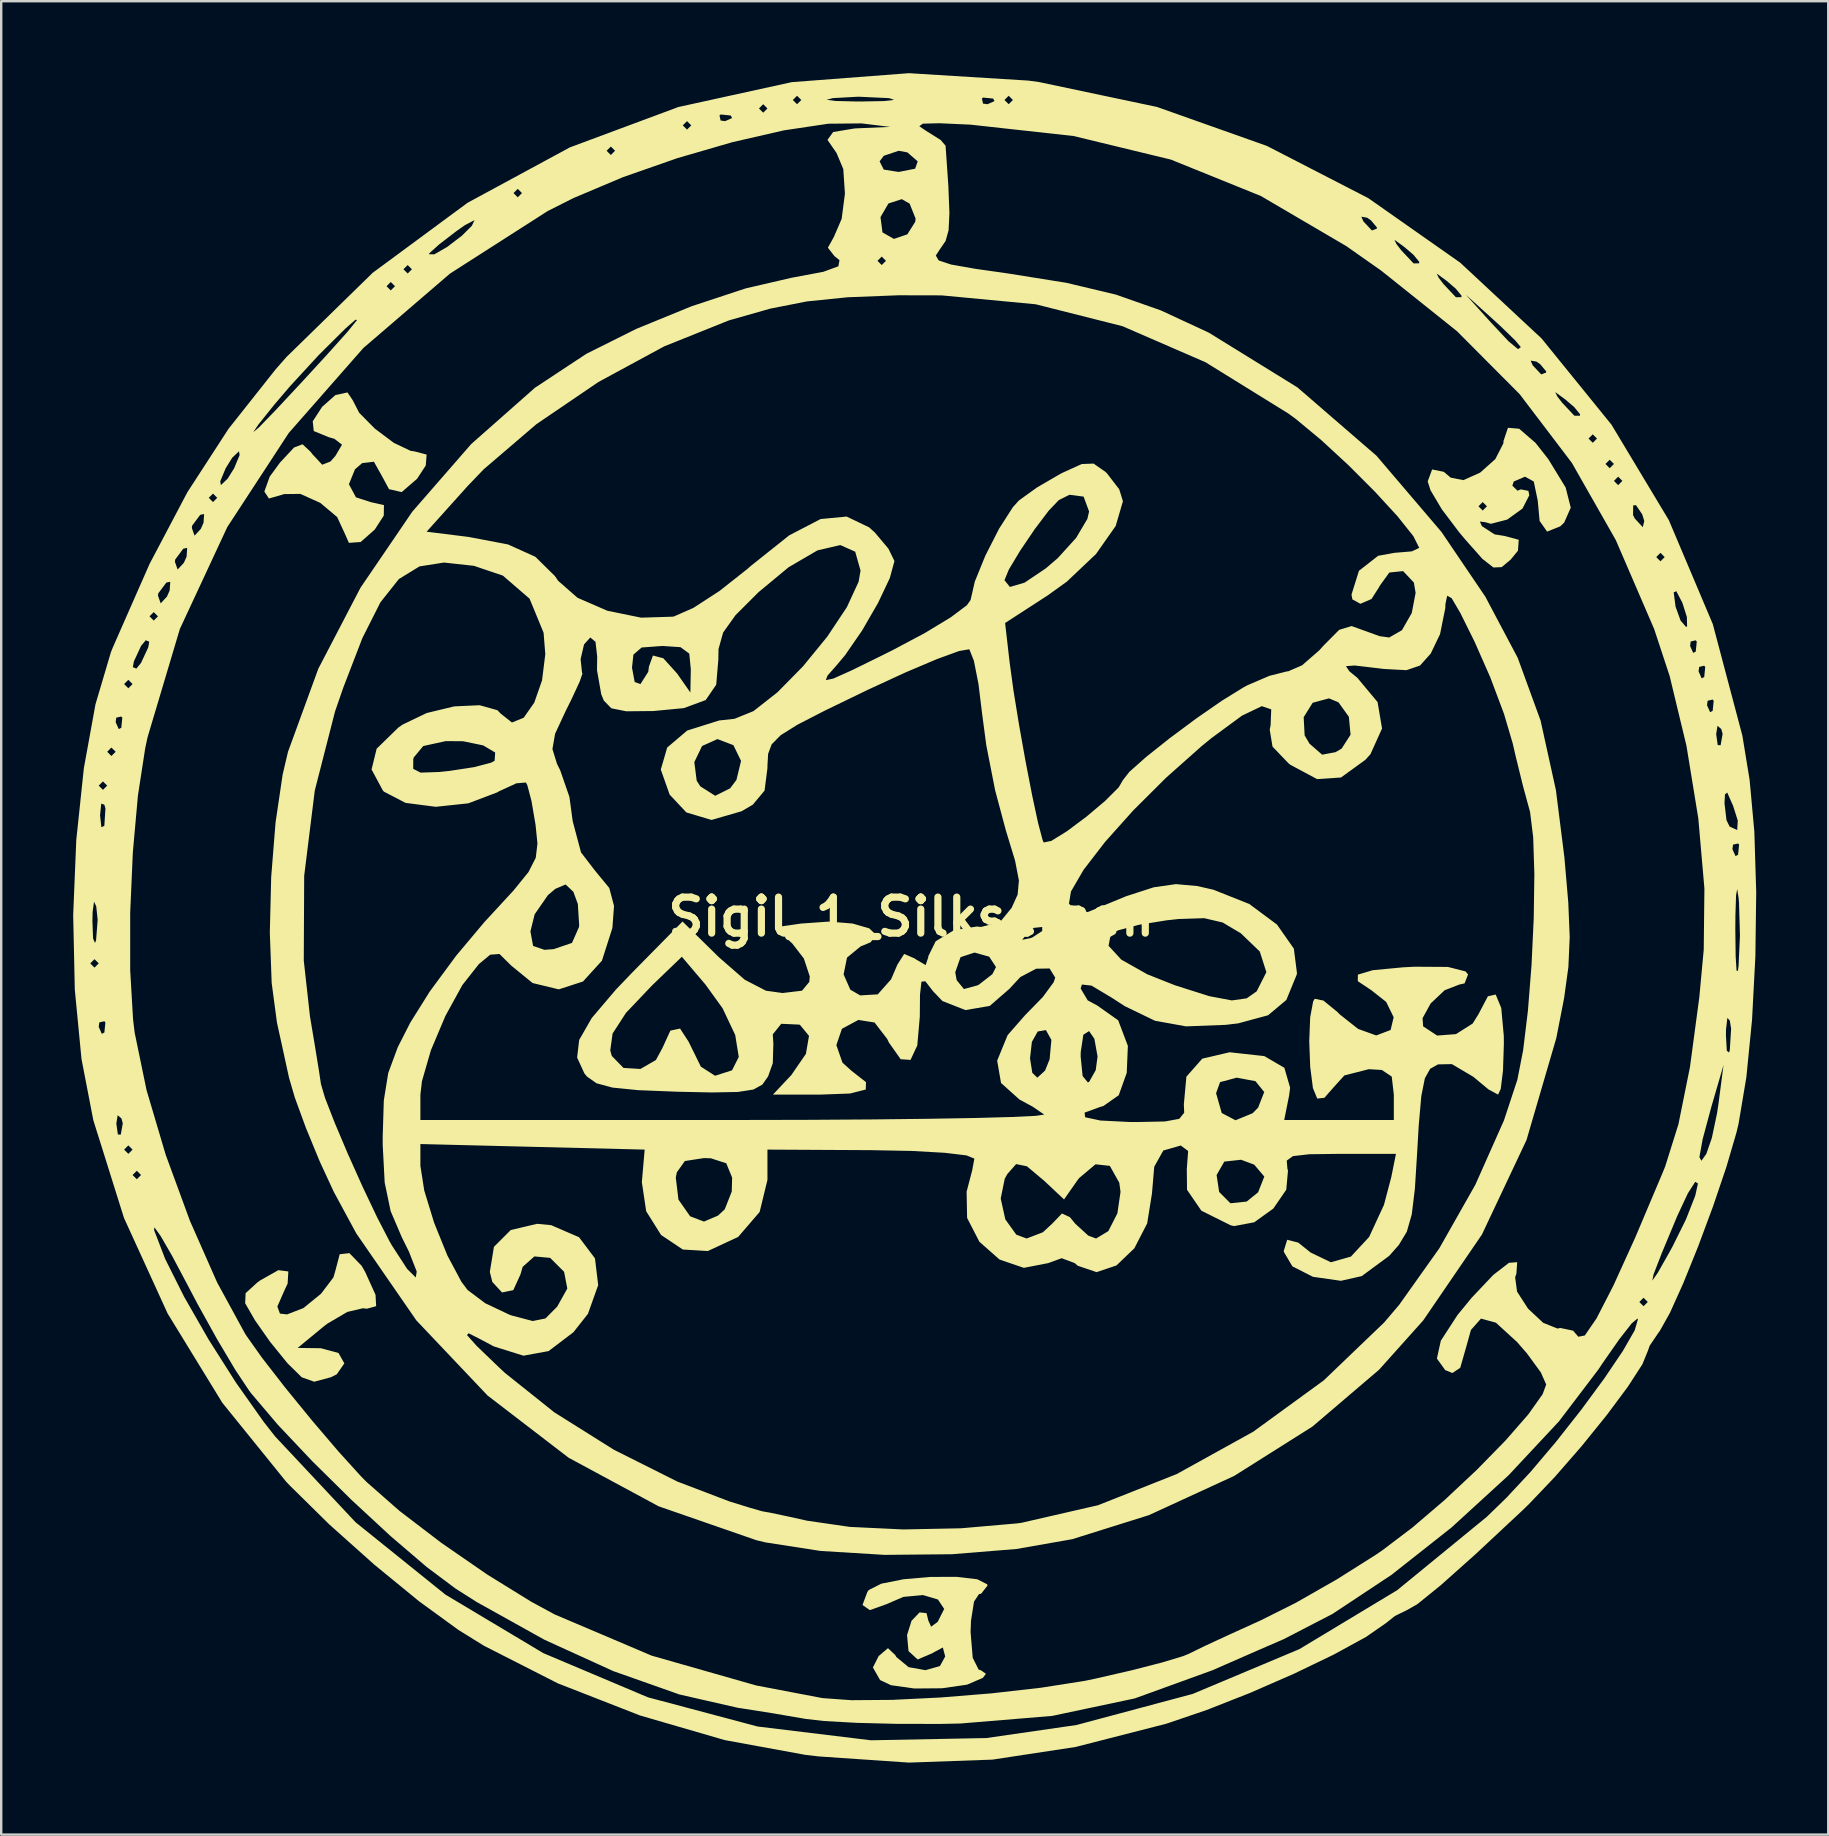
<source format=kicad_pcb>
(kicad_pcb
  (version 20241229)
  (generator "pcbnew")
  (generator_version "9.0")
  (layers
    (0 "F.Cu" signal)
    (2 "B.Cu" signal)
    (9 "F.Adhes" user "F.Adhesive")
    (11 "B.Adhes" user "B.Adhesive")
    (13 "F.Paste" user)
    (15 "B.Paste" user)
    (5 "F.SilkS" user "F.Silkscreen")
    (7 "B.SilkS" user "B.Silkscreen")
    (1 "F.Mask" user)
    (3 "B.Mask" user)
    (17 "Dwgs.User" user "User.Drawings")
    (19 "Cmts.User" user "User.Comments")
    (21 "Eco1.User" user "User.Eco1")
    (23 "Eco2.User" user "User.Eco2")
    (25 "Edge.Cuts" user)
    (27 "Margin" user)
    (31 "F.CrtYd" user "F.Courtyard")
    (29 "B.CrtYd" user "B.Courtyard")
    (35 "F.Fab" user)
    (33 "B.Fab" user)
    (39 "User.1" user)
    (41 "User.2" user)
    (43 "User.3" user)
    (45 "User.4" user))
  (footprint "Sigil_1_Silkscreen"
    (layer "F.Cu")
    (at 34.931 35.16)
    (property "Reference" "Sigil_1_Silkscreen" (at 0 0 0) (layer "F.SilkS") (effects (font (size 1.5 1.5) (thickness 0.3))))
    (attr board_only exclude_from_pos_files exclude_from_bom)
    (fp_poly (pts (xy -22.909 14.544) (xy -22.762 14.801) (xy -22.33 15.752) (xy -22.305 16.226) (xy -22.692 16.332) (xy -22.858 16.313) (xy -23.506 16.466) (xy -24.343 16.957) (xy -24.518 17.094) (xy -25.576 17.966) (xy -24.606 17.979) (xy -23.873 18.178) (xy -23.63 18.611) (xy -23.947 19.066) (xy -24.194 19.189) (xy -24.886 19.375) (xy -25.405 19.19) (xy -25.997 18.609) (xy -26.726 17.71) (xy -27.359 16.808) (xy -27.764 16.103) (xy -27.745 15.684) (xy -27.264 15.245) (xy -27.151 15.16) (xy -26.381 14.725) (xy -25.964 14.779) (xy -25.994 15.286) (xy -26.105 15.52) (xy -26.422 16.24) (xy -26.315 16.535) (xy -26.017 16.569) (xy -25.335 16.305) (xy -24.601 15.707) (xy -24.084 15.025) (xy -23.989 14.693) (xy -23.824 14.061) (xy -23.419 14.016)) (stroke (width 0) (type solid)) (fill yes) (layer "F.SilkS"))
    (fp_poly (pts (xy -23.283 -21.534) (xy -23.013 -21.008) (xy -22.36 -20.347) (xy -21.566 -19.752) (xy -20.869 -19.421) (xy -20.729 -19.403) (xy -20.201 -19.266) (xy -20.237 -18.81) (xy -20.599 -18.256) (xy -21.241 -17.702) (xy -21.769 -17.824) (xy -22.049 -18.344) (xy -22.398 -18.967) (xy -22.885 -18.91) (xy -23.185 -18.654) (xy -23.44 -18.03) (xy -23.146 -17.484) (xy -22.54 -17.286) (xy -21.979 -17.158) (xy -21.987 -16.721) (xy -22.363 -16.14) (xy -22.951 -15.621) (xy -23.44 -15.586) (xy -23.636 -16.027) (xy -23.93 -16.661) (xy -24.63 -17.25) (xy -25.462 -17.626) (xy -26.154 -17.618) (xy -26.181 -17.604) (xy -26.774 -17.434) (xy -26.964 -17.725) (xy -26.739 -18.348) (xy -26.309 -18.936) (xy -25.724 -19.561) (xy -25.372 -19.694) (xy -25.042 -19.387) (xy -24.963 -19.283) (xy -24.552 -18.842) (xy -24.208 -18.977) (xy -24.001 -19.212) (xy -23.728 -19.678) (xy -24.047 -19.923) (xy -24.284 -19.991) (xy -24.905 -20.246) (xy -24.948 -20.651) (xy -24.556 -21.255) (xy -24.001 -21.746) (xy -23.5 -21.855)) (stroke (width 0) (type solid)) (fill yes) (layer "F.SilkS"))
    (fp_poly (pts (xy 2.746 27.607) (xy 3.163 27.818) (xy 3.175 27.869) (xy 2.907 28.212) (xy 2.822 28.222) (xy 2.612 28.538) (xy 2.486 29.335) (xy 2.469 29.81) (xy 2.558 30.881) (xy 2.807 31.375) (xy 2.893 31.397) (xy 3.109 31.547) (xy 2.981 31.716) (xy 2.324 32) (xy 1.278 32.15) (xy 0.126 32.16) (xy -0.847 32.023) (xy -1.303 31.808) (xy -1.602 31.283) (xy -1.362 30.808) (xy -0.974 30.479) (xy -0.672 30.765) (xy -0.626 30.846) (xy -0.113 31.271) (xy 0.588 31.396) (xy 1.191 31.225) (xy 1.411 30.825) (xy 1.313 30.451) (xy 0.918 30.662) (xy 0.897 30.679) (xy 0.263 30.951) (xy -0.118 30.601) (xy -0.179 29.933) (xy 0.009 29.337) (xy 0.343 28.988) (xy 0.633 29.02) (xy 0.706 29.322) (xy 0.824 29.584) (xy 1.098 29.382) (xy 1.369 28.843) (xy 1.109 28.452) (xy 0.485 28.266) (xy -0.333 28.342) (xy -1.047 28.65) (xy -1.727 28.893) (xy -2.036 28.68) (xy -1.83 28.129) (xy -1.771 28.054) (xy -1.25 27.791) (xy -0.326 27.607) (xy 0.789 27.51) (xy 1.884 27.507)) (stroke (width 0) (type solid)) (fill yes) (layer "F.SilkS"))
    (fp_poly (pts (xy 25.332 -20.342) (xy 26.014 -19.752) (xy 26.547 -19.074) (xy 27.269 -17.893) (xy 27.482 -17.052) (xy 27.207 -16.429) (xy 27.043 -16.274) (xy 26.496 -16.055) (xy 26.184 -16.499) (xy 26.106 -17.345) (xy 25.94 -18.142) (xy 25.576 -18.344) (xy 25.107 -18.143) (xy 25.047 -17.971) (xy 25.263 -17.76) (xy 25.4 -17.815) (xy 25.716 -17.753) (xy 25.753 -17.568) (xy 25.47 -17.015) (xy 24.831 -16.555) (xy 24.153 -16.38) (xy 23.92 -16.447) (xy 23.694 -16.474) (xy 23.779 -16.282) (xy 24.308 -15.939) (xy 24.715 -15.875) (xy 25.314 -15.714) (xy 25.282 -15.26) (xy 24.977 -14.887) (xy 24.602 -14.574) (xy 24.257 -14.56) (xy 23.797 -14.921) (xy 23.076 -15.735) (xy 22.829 -16.03) (xy 22.113 -16.977) (xy 22.034 -17.11) (xy 23.636 -17.11) (xy 23.812 -16.933) (xy 23.989 -17.11) (xy 23.812 -17.286) (xy 23.636 -17.11) (xy 22.034 -17.11) (xy 21.637 -17.778) (xy 21.519 -18.147) (xy 21.704 -18.645) (xy 22.189 -18.547) (xy 22.476 -18.305) (xy 23.006 -18.2) (xy 23.705 -18.512) (xy 24.338 -19.077) (xy 24.673 -19.732) (xy 24.683 -19.844) (xy 24.865 -20.382)) (stroke (width 0) (type solid)) (fill yes) (layer "F.SilkS"))
    (fp_poly (pts (xy 4.88 -34.851) (xy 5.339 -34.787) (xy 10.238 -33.753) (xy 14.82 -32.128) (xy 19.046 -29.951) (xy 22.875 -27.263) (xy 26.266 -24.104) (xy 29.178 -20.513) (xy 31.57 -16.532) (xy 33.402 -12.199) (xy 34.633 -7.556) (xy 34.936 -5.707) (xy 35.133 -3.551) (xy 35.211 -1.03) (xy 35.176 1.652) (xy 35.037 4.292) (xy 34.8 6.686) (xy 34.474 8.63) (xy 34.386 8.996) (xy 33.97 10.417) (xy 33.417 12.051) (xy 32.795 13.726) (xy 32.172 15.268) (xy 31.615 16.504) (xy 31.191 17.261) (xy 31.15 17.314) (xy 30.773 17.87) (xy 30.692 18.097) (xy 30.467 18.648) (xy 29.864 19.58) (xy 28.985 20.761) (xy 27.936 22.059) (xy 26.82 23.34) (xy 25.742 24.472) (xy 25.454 24.751) (xy 23.514 26.562) (xy 22.058 27.861) (xy 21.084 28.649) (xy 20.591 28.927) (xy 20.58 28.928) (xy 20.153 29.138) (xy 19.78 29.435) (xy 18.946 30.013) (xy 17.613 30.742) (xy 15.95 31.543) (xy 14.124 32.341) (xy 12.305 33.057) (xy 10.662 33.616) (xy 10.583 33.639) (xy 6.848 34.596) (xy 3.38 35.124) (xy -0.096 35.248) (xy -3.856 34.991) (xy -4.41 34.927) (xy -7.782 34.309) (xy -11.307 33.284) (xy -14.734 31.945) (xy -17.811 30.379) (xy -18.874 29.72) (xy -20.513 28.528) (xy -22.383 26.997) (xy -24.254 25.325) (xy -25.897 23.707) (xy -26.063 23.532) (xy -28.715 20.253) (xy -30.994 16.534) (xy -32.584 13.053) (xy -31.56 13.053) (xy -31.098 14.256) (xy -30.307 15.835) (xy -29.291 17.609) (xy -28.155 19.4) (xy -27.005 21.028) (xy -26.514 21.656) (xy -23.164 25.23) (xy -19.418 28.247) (xy -15.336 30.687) (xy -10.979 32.527) (xy -6.408 33.744) (xy -1.686 34.318) (xy 3.127 34.225) (xy 6.879 33.682) (xy 11.728 32.385) (xy 16.172 30.519) (xy 20.246 28.064) (xy 23.985 25.003) (xy 24.796 24.216) (xy 25.796 23.144) (xy 26.868 21.878) (xy 27.925 20.535) (xy 28.882 19.235) (xy 29.652 18.094) (xy 30.147 17.233) (xy 30.281 16.77) (xy 30.264 16.741) (xy 30.02 16.945) (xy 29.5 17.611) (xy 28.805 18.607) (xy 28.635 18.863) (xy 26.988 21.029) (xy 24.892 23.272) (xy 22.512 25.45) (xy 20.011 27.423) (xy 17.552 29.052) (xy 15.522 30.102) (xy 14.444 30.57) (xy 13.134 31.143) (xy 12.553 31.398) (xy 9.309 32.574) (xy 5.87 33.302) (xy 2.049 33.619) (xy 1.235 33.636) (xy -0.577 33.634) (xy -2.269 33.592) (xy -3.638 33.515) (xy -4.41 33.427) (xy -5.77 33.193) (xy -7.153 32.975) (xy -7.232 32.964) (xy -9.668 32.408) (xy -12.419 31.436) (xy -15.297 30.125) (xy -18.115 28.555) (xy -18.995 27.996) (xy -20.197 27.097) (xy -21.697 25.813) (xy -23.336 24.296) (xy -24.956 22.698) (xy -26.398 21.172) (xy -27.504 19.87) (xy -27.594 19.752) (xy -28.168 18.89) (xy -28.931 17.608) (xy -29.756 16.12) (xy -30.165 15.342) (xy -30.81 14.127) (xy -31.289 13.297) (xy -31.547 12.94) (xy -31.56 13.053) (xy -32.584 13.053) (xy -32.814 12.549) (xy -33.375 10.76) (xy -32.456 10.76) (xy -32.279 10.936) (xy -32.103 10.76) (xy -32.279 10.583) (xy -32.456 10.76) (xy -33.375 10.76) (xy -33.707 9.701) (xy -32.808 9.701) (xy -32.632 9.878) (xy -32.456 9.701) (xy -32.632 9.525) (xy -32.808 9.701) (xy -33.707 9.701) (xy -34.049 8.614) (xy -33.133 8.614) (xy -33.068 9.071) (xy -32.948 9.077) (xy -32.864 8.605) (xy -32.92 8.401) (xy -33.077 8.267) (xy -33.133 8.614) (xy -34.049 8.614) (xy -34.093 8.471) (xy -34.585 5.922) (xy -34.714 4.586) (xy -33.867 4.586) (xy -33.738 4.876) (xy -33.631 4.821) (xy -33.589 4.403) (xy -33.631 4.351) (xy -33.841 4.399) (xy -33.867 4.586) (xy -34.714 4.586) (xy -34.864 3.029) (xy -34.881 2.227) (xy -32.555 2.227) (xy -32.436 4.273) (xy -32.368 4.831) (xy -31.875 7.217) (xy -31.076 9.914) (xy -30.064 12.672) (xy -28.93 15.241) (xy -27.768 17.37) (xy -27.709 17.462) (xy -27.055 18.385) (xy -26.087 19.63) (xy -24.969 21) (xy -23.863 22.296) (xy -22.933 23.32) (xy -22.695 23.561) (xy -21.337 24.754) (xy -19.584 26.093) (xy -17.671 27.413) (xy -15.836 28.547) (xy -14.867 29.072) (xy -10.819 30.792) (xy -6.468 32.033) (xy -3.704 32.56) (xy -2.502 32.647) (xy -0.797 32.634) (xy 1.215 32.535) (xy 3.341 32.362) (xy 5.387 32.13) (xy 7.157 31.853) (xy 7.639 31.756) (xy 9.147 31.41) (xy 10.437 31.079) (xy 11.324 30.812) (xy 11.564 30.714) (xy 12.176 30.414) (xy 13.217 29.93) (xy 14.469 29.362) (xy 14.564 29.319) (xy 16.027 28.586) (xy 17.728 27.615) (xy 19.343 26.596) (xy 19.622 26.406) (xy 20.885 25.45) (xy 22.237 24.294) (xy 23.566 23.048) (xy 24.762 21.825) (xy 25.713 20.736) (xy 26.31 19.894) (xy 26.458 19.491) (xy 26.235 18.987) (xy 25.664 18.204) (xy 25.246 17.722) (xy 24.363 16.915) (xy 23.741 16.744) (xy 23.322 17.216) (xy 23.11 17.977) (xy 22.875 18.795) (xy 22.549 19.012) (xy 22.248 18.888) (xy 21.903 18.409) (xy 22.067 17.665) (xy 22.763 16.593) (xy 23.353 15.874) (xy 24.254 14.923) (xy 24.907 14.419) (xy 25.249 14.393) (xy 25.216 14.874) (xy 25.164 15.022) (xy 25.244 15.619) (xy 25.702 16.329) (xy 26.333 16.919) (xy 26.928 17.158) (xy 27.049 17.135) (xy 27.577 17.246) (xy 27.798 17.5) (xy 28.067 17.448) (xy 28.555 16.737) (xy 28.908 16.051) (xy 30.339 16.051) (xy 30.515 16.228) (xy 30.692 16.051) (xy 30.515 15.875) (xy 30.339 16.051) (xy 28.908 16.051) (xy 29.256 15.374) (xy 29.352 15.163) (xy 30.878 15.163) (xy 31.1 14.848) (xy 31.598 13.969) (xy 31.714 13.758) (xy 32.28 12.617) (xy 32.668 11.63) (xy 32.783 11.112) (xy 32.669 11.043) (xy 32.361 11.526) (xy 31.925 12.458) (xy 31.897 12.524) (xy 31.273 14.021) (xy 30.935 14.894) (xy 30.878 15.163) (xy 29.352 15.163) (xy 30.168 13.368) (xy 31.284 10.729) (xy 31.416 10.407) (xy 31.539 10.016) (xy 32.843 10.016) (xy 32.928 10.166) (xy 33.132 9.878) (xy 33.362 9.214) (xy 33.58 8.18) (xy 33.642 7.761) (xy 33.849 6.174) (xy 33.336 7.937) (xy 32.98 9.26) (xy 32.843 10.016) (xy 31.539 10.016) (xy 31.97 8.641) (xy 32.45 6.261) (xy 32.627 4.939) (xy 33.949 4.939) (xy 33.985 5.581) (xy 34.077 5.656) (xy 34.11 5.556) (xy 34.165 4.662) (xy 34.11 4.322) (xy 34.008 4.212) (xy 33.952 4.7) (xy 33.949 4.939) (xy 32.627 4.939) (xy 32.839 3.356) (xy 33.024 1.366) (xy 33.033 0.529) (xy 34.34 0.529) (xy 34.354 1.645) (xy 34.392 2.245) (xy 34.447 2.251) (xy 34.476 2.038) (xy 34.533 0.785) (xy 34.494 -0.584) (xy 34.478 -0.784) (xy 34.418 -1.159) (xy 34.371 -0.893) (xy 34.344 -0.053) (xy 34.34 0.529) (xy 33.033 0.529) (xy 33.052 -1.18) (xy 32.909 -2.822) (xy 34.219 -2.822) (xy 34.349 -2.532) (xy 34.455 -2.587) (xy 34.497 -3.006) (xy 34.455 -3.057) (xy 34.245 -3.009) (xy 34.219 -2.822) (xy 32.909 -2.822) (xy 32.798 -4.099) (xy 32.695 -4.733) (xy 33.889 -4.733) (xy 33.972 -4.028) (xy 34.102 -3.763) (xy 34.418 -3.616) (xy 34.443 -4.01) (xy 34.249 -4.623) (xy 34.003 -5.18) (xy 33.909 -5.102) (xy 33.889 -4.733) (xy 32.695 -4.733) (xy 32.303 -7.134) (xy 32.187 -7.614) (xy 33.542 -7.614) (xy 33.607 -7.157) (xy 33.727 -7.151) (xy 33.811 -7.623) (xy 33.755 -7.827) (xy 33.598 -7.961) (xy 33.542 -7.614) (xy 32.187 -7.614) (xy 31.896 -8.819) (xy 33.161 -8.819) (xy 33.29 -8.529) (xy 33.396 -8.584) (xy 33.439 -9.003) (xy 33.396 -9.055) (xy 33.187 -9.006) (xy 33.161 -8.819) (xy 31.896 -8.819) (xy 31.605 -10.031) (xy 31.539 -10.231) (xy 32.808 -10.231) (xy 32.937 -9.94) (xy 33.044 -9.995) (xy 33.086 -10.414) (xy 33.044 -10.466) (xy 32.834 -10.417) (xy 32.808 -10.231) (xy 31.539 -10.231) (xy 31.191 -11.289) (xy 32.456 -11.289) (xy 32.585 -10.999) (xy 32.691 -11.054) (xy 32.733 -11.472) (xy 32.691 -11.524) (xy 32.481 -11.476) (xy 32.456 -11.289) (xy 31.191 -11.289) (xy 30.958 -11.994) (xy 30.299 -13.523) (xy 31.772 -13.523) (xy 31.85 -12.924) (xy 32.06 -12.345) (xy 32.285 -12.084) (xy 32.33 -12.104) (xy 32.321 -12.496) (xy 32.133 -13.09) (xy 31.882 -13.571) (xy 31.772 -13.523) (xy 30.299 -13.523) (xy 29.665 -14.993) (xy 31.044 -14.993) (xy 31.221 -14.817) (xy 31.397 -14.993) (xy 31.221 -15.169) (xy 31.044 -14.993) (xy 29.665 -14.993) (xy 29.357 -15.706) (xy 28.765 -16.746) (xy 30.077 -16.746) (xy 30.148 -16.604) (xy 30.484 -16.239) (xy 30.546 -16.497) (xy 30.461 -16.772) (xy 30.201 -17.156) (xy 30.084 -17.148) (xy 30.077 -16.746) (xy 28.765 -16.746) (xy 27.955 -18.168) (xy 29.281 -18.168) (xy 29.457 -17.992) (xy 29.633 -18.168) (xy 29.457 -18.344) (xy 29.281 -18.168) (xy 27.955 -18.168) (xy 27.554 -18.874) (xy 28.928 -18.874) (xy 29.104 -18.697) (xy 29.281 -18.874) (xy 29.104 -19.05) (xy 28.928 -18.874) (xy 27.554 -18.874) (xy 27.525 -18.923) (xy 26.759 -19.932) (xy 28.222 -19.932) (xy 28.399 -19.756) (xy 28.575 -19.932) (xy 28.399 -20.108) (xy 28.222 -19.932) (xy 26.759 -19.932) (xy 25.356 -21.778) (xy 25.266 -21.87) (xy 26.834 -21.87) (xy 26.922 -21.687) (xy 27.119 -21.431) (xy 27.634 -20.883) (xy 27.864 -20.885) (xy 27.869 -20.947) (xy 27.628 -21.242) (xy 27.252 -21.564) (xy 26.834 -21.87) (xy 25.266 -21.87) (xy 23.959 -23.182) (xy 25.81 -23.182) (xy 25.895 -22.985) (xy 26.251 -22.606) (xy 26.455 -22.684) (xy 26.458 -22.733) (xy 26.208 -23.032) (xy 26.051 -23.141) (xy 25.81 -23.182) (xy 23.959 -23.182) (xy 22.744 -24.404) (xy 19.736 -26.808) (xy 21.895 -26.808) (xy 21.983 -26.626) (xy 22.18 -26.37) (xy 22.695 -25.822) (xy 22.925 -25.824) (xy 22.931 -25.886) (xy 22.895 -25.929) (xy 23.107 -25.929) (xy 24.143 -24.783) (xy 24.895 -23.981) (xy 25.286 -23.658) (xy 25.4 -23.743) (xy 25.4 -23.746) (xy 25.164 -24.027) (xy 24.569 -24.604) (xy 24.253 -24.893) (xy 23.107 -25.929) (xy 22.895 -25.929) (xy 22.689 -26.18) (xy 22.313 -26.503) (xy 21.895 -26.808) (xy 19.736 -26.808) (xy 19.581 -26.932) (xy 18.135 -27.948) (xy 17.673 -28.22) (xy 20.131 -28.22) (xy 20.219 -28.037) (xy 20.416 -27.781) (xy 20.931 -27.233) (xy 21.161 -27.235) (xy 21.167 -27.297) (xy 20.926 -27.592) (xy 20.549 -27.914) (xy 20.131 -28.22) (xy 17.673 -28.22) (xy 16.037 -29.179) (xy 18.754 -29.179) (xy 18.84 -28.982) (xy 19.195 -28.604) (xy 19.399 -28.681) (xy 19.403 -28.731) (xy 19.152 -29.029) (xy 18.995 -29.138) (xy 18.754 -29.179) (xy 16.037 -29.179) (xy 14.568 -30.041) (xy 10.816 -31.559) (xy 6.761 -32.541) (xy 2.469 -33.015) (xy 1.163 -33.074) (xy 0.478 -33.056) (xy 0.332 -32.949) (xy 0.617 -32.756) (xy 1.224 -32.374) (xy 1.427 -32.137) (xy 1.543 -30.452) (xy 1.587 -29.325) (xy 1.552 -28.612) (xy 1.428 -28.168) (xy 1.21 -27.848) (xy 1.196 -27.832) (xy 1.02 -27.56) (xy 1.139 -27.357) (xy 1.657 -27.185) (xy 2.684 -27.004) (xy 3.96 -26.824) (xy 6.466 -26.423) (xy 8.524 -25.932) (xy 10.393 -25.276) (xy 12.329 -24.379) (xy 12.414 -24.336) (xy 16.091 -22.065) (xy 19.386 -19.216) (xy 22.094 -16.041) (xy 23.922 -13.342) (xy 25.271 -10.795) (xy 26.224 -8.181) (xy 26.863 -5.282) (xy 27.217 -2.477) (xy 27.379 -0.592) (xy 27.438 0.846) (xy 27.383 2.091) (xy 27.203 3.398) (xy 26.886 5.018) (xy 26.875 5.068) (xy 25.638 9.301) (xy 23.78 13.24) (xy 21.333 16.82) (xy 19.494 18.874) (xy 16.717 21.243) (xy 13.457 23.299) (xy 9.904 24.934) (xy 6.703 25.938) (xy 4.379 26.346) (xy 1.69 26.564) (xy -1.115 26.591) (xy -3.787 26.427) (xy -6.078 26.071) (xy -6.46 25.979) (xy -10.531 24.567) (xy -14.281 22.544) (xy -17.662 19.949) (xy -20.628 16.82) (xy -23.131 13.196) (xy -24.068 11.465) (xy -24.651 10.206) (xy -25.228 8.806) (xy -25.694 7.532) (xy -25.936 6.703) (xy -26.026 6.291) (xy -26.221 5.397) (xy -26.438 4.41) (xy -26.659 2.755) (xy -26.693 1.822) (xy -25.321 1.822) (xy -25.064 4.14) (xy -24.85 5.419) (xy -24.688 6.419) (xy -24.609 6.942) (xy -24.607 6.962) (xy -24.437 7.542) (xy -24.037 8.572) (xy -23.488 9.868) (xy -22.869 11.249) (xy -22.261 12.529) (xy -21.744 13.527) (xy -21.653 13.687) (xy -21.012 14.675) (xy -20.653 15.03) (xy -20.614 14.783) (xy -20.934 13.962) (xy -21.233 13.36) (xy -21.701 12.264) (xy -21.949 11.075) (xy -22.031 9.515) (xy -22.031 9.469) (xy -20.461 9.469) (xy -20.461 10.375) (xy -20.3 11.407) (xy -19.889 12.748) (xy -19.338 14.109) (xy -18.755 15.203) (xy -18.497 15.549) (xy -17.76 16.103) (xy -16.754 16.58) (xy -16.651 16.616) (xy -15.779 16.845) (xy -15.249 16.738) (xy -14.758 16.243) (xy -14.338 15.491) (xy -14.469 14.807) (xy -14.481 14.784) (xy -15.053 14.213) (xy -15.71 14.153) (xy -16.198 14.586) (xy -16.291 14.905) (xy -16.589 15.558) (xy -17.058 15.655) (xy -17.463 15.216) (xy -17.567 14.798) (xy -17.396 13.754) (xy -16.694 13.052) (xy -15.597 12.794) (xy -15.011 12.85) (xy -13.849 13.352) (xy -13.185 14.234) (xy -13.051 15.348) (xy -13.478 16.546) (xy -14.084 17.313) (xy -15.118 18.098) (xy -16.166 18.29) (xy -17.402 17.902) (xy -17.95 17.61) (xy -18.453 17.354) (xy -18.518 17.431) (xy -18.115 17.882) (xy -17.216 18.747) (xy -16.933 19.011) (xy -14.88 20.65) (xy -12.396 22.21) (xy -9.753 23.535) (xy -7.585 24.362) (xy -6.718 24.63) (xy -6.22 24.773) (xy -6.174 24.782) (xy -5.863 24.837) (xy -5.064 25.007) (xy -4.349 25.166) (xy -2.563 25.425) (xy -0.34 25.531) (xy 2.067 25.483) (xy 4.406 25.279) (xy 4.586 25.255) (xy 7.783 24.521) (xy 11.06 23.223) (xy 14.251 21.456) (xy 17.188 19.319) (xy 19.704 16.907) (xy 20.331 16.17) (xy 22.003 13.816) (xy 23.507 11.162) (xy 24.698 8.483) (xy 25.256 6.791) (xy 25.497 5.562) (xy 25.697 3.908) (xy 25.847 2.011) (xy 25.939 0.052) (xy 25.965 -1.786) (xy 25.916 -3.32) (xy 25.786 -4.369) (xy 25.754 -4.488) (xy 25.498 -5.426) (xy 25.192 -6.667) (xy 25.062 -7.232) (xy 24.7 -8.458) (xy 24.129 -9.979) (xy 23.475 -11.464) (xy 23.474 -11.465) (xy 22.881 -12.661) (xy 22.519 -13.279) (xy 22.332 -13.385) (xy 22.26 -13.045) (xy 22.253 -12.867) (xy 22.035 -11.784) (xy 21.647 -10.973) (xy 21.198 -10.471) (xy 20.633 -10.28) (xy 19.692 -10.33) (xy 19.442 -10.361) (xy 18.476 -10.475) (xy 18.112 -10.448) (xy 18.254 -10.235) (xy 18.588 -9.961) (xy 19.431 -8.95) (xy 19.617 -7.849) (xy 19.133 -6.777) (xy 18.923 -6.544) (xy 17.906 -5.807) (xy 16.91 -5.74) (xy 15.799 -6.335) (xy 15.72 -6.397) (xy 15.052 -7.094) (xy 14.936 -7.804) (xy 14.973 -7.984) (xy 14.986 -8.321) (xy 16.351 -8.321) (xy 16.391 -7.562) (xy 16.595 -7.215) (xy 17.121 -6.758) (xy 17.681 -6.863) (xy 17.934 -7.013) (xy 18.305 -7.591) (xy 18.234 -8.337) (xy 17.801 -8.94) (xy 17.405 -9.105) (xy 16.726 -8.922) (xy 16.351 -8.321) (xy 14.986 -8.321) (xy 14.999 -8.646) (xy 14.605 -8.78) (xy 13.78 -8.384) (xy 12.514 -7.454) (xy 12.098 -7.114) (xy 10.621 -5.802) (xy 9.25 -4.437) (xy 8.073 -3.121) (xy 7.178 -1.959) (xy 6.652 -1.055) (xy 6.569 -0.546) (xy 6.996 -0.142) (xy 7.366 -0.205) (xy 8.953 -0.859) (xy 10.108 -1.233) (xy 11.027 -1.363) (xy 11.911 -1.284) (xy 12.592 -1.129) (xy 14.083 -0.536) (xy 15.239 0.322) (xy 15.941 1.324) (xy 16.072 2.35) (xy 16.057 2.419) (xy 15.628 3.465) (xy 14.868 4.102) (xy 13.622 4.44) (xy 13.098 4.502) (xy 11.448 4.565) (xy 10.154 4.331) (xy 8.901 3.726) (xy 8.353 3.371) (xy 7.508 2.866) (xy 7.109 2.821) (xy 7.056 2.985) (xy 7.349 3.48) (xy 7.761 3.704) (xy 8.621 4.313) (xy 9.024 5.378) (xy 8.977 6.502) (xy 8.643 7.436) (xy 8.002 7.885) (xy 7.862 7.925) (xy 7.221 8.159) (xy 7.241 8.352) (xy 7.879 8.489) (xy 9.091 8.55) (xy 9.422 8.552) (xy 10.568 8.528) (xy 11.166 8.419) (xy 11.371 8.165) (xy 11.357 7.816) (xy 11.4 7.35) (xy 12.7 7.35) (xy 12.936 8.176) (xy 13.51 8.478) (xy 14.224 8.185) (xy 14.451 7.953) (xy 14.707 7.302) (xy 14.341 6.849) (xy 13.561 6.703) (xy 12.867 6.889) (xy 12.7 7.35) (xy 11.4 7.35) (xy 11.463 6.661) (xy 12.125 5.911) (xy 13.265 5.644) (xy 14.711 5.804) (xy 15.546 6.291) (xy 15.786 7.12) (xy 15.745 7.441) (xy 15.54 8.467) (xy 17.824 8.467) (xy 20.108 8.467) (xy 20.108 7.408) (xy 20.021 6.658) (xy 19.609 6.382) (xy 19.062 6.35) (xy 18.047 6.61) (xy 17.634 7.065) (xy 17.215 7.542) (xy 16.916 7.574) (xy 16.736 7.135) (xy 16.623 6.252) (xy 16.583 5.183) (xy 16.622 4.186) (xy 16.747 3.52) (xy 16.81 3.416) (xy 17.173 3.489) (xy 17.762 3.969) (xy 17.851 4.063) (xy 18.619 4.671) (xy 19.36 4.938) (xy 19.386 4.939) (xy 19.974 4.716) (xy 20.101 4.184) (xy 19.789 3.546) (xy 19.176 3.062) (xy 18.606 2.681) (xy 18.61 2.409) (xy 19.229 2.224) (xy 20.501 2.103) (xy 20.975 2.079) (xy 22.363 2.088) (xy 23.095 2.274) (xy 23.202 2.402) (xy 23.057 2.773) (xy 22.838 2.822) (xy 22.225 3.06) (xy 21.643 3.61) (xy 21.305 4.225) (xy 21.329 4.564) (xy 21.914 4.948) (xy 22.698 4.888) (xy 23.394 4.447) (xy 23.636 4.057) (xy 24.028 3.312) (xy 24.354 3.238) (xy 24.585 3.799) (xy 24.691 4.963) (xy 24.694 5.292) (xy 24.658 6.408) (xy 24.563 7.175) (xy 24.453 7.408) (xy 24.05 7.19) (xy 23.424 6.669) (xy 22.527 6.138) (xy 21.95 6.149) (xy 21.622 6.333) (xy 21.401 6.729) (xy 21.253 7.474) (xy 21.145 8.704) (xy 21.086 9.729) (xy 20.986 11.328) (xy 20.856 12.4) (xy 20.649 13.123) (xy 20.316 13.676) (xy 19.914 14.13) (xy 18.77 14.973) (xy 17.902 15.169) (xy 16.737 15.002) (xy 15.88 14.566) (xy 15.524 13.963) (xy 15.522 13.922) (xy 15.664 13.459) (xy 16.123 13.576) (xy 16.642 13.991) (xy 17.485 14.396) (xy 18.319 14.16) (xy 19.078 13.342) (xy 19.697 12.004) (xy 20.002 10.848) (xy 20.197 9.878) (xy 17.836 9.878) (xy 16.586 9.894) (xy 15.902 9.973) (xy 15.645 10.16) (xy 15.674 10.502) (xy 15.697 10.577) (xy 15.625 11.373) (xy 15.086 12.158) (xy 14.291 12.73) (xy 13.45 12.888) (xy 13.311 12.857) (xy 12.087 12.247) (xy 11.489 11.375) (xy 11.483 10.761) (xy 12.722 10.761) (xy 12.828 11.465) (xy 13.298 11.938) (xy 13.976 11.866) (xy 14.451 11.481) (xy 14.71 10.825) (xy 14.29 10.329) (xy 13.742 10.124) (xy 13.043 10.201) (xy 12.722 10.761) (xy 11.483 10.761) (xy 11.48 10.517) (xy 11.536 9.759) (xy 11.229 9.53) (xy 10.501 9.739) (xy 10.123 10.414) (xy 10.028 11.534) (xy 9.828 12.779) (xy 9.293 13.815) (xy 8.548 14.529) (xy 7.72 14.808) (xy 6.932 14.54) (xy 6.811 14.431) (xy 6.264 14.227) (xy 5.705 14.431) (xy 4.688 14.629) (xy 3.678 14.284) (xy 2.836 13.542) (xy 2.324 12.548) (xy 2.309 11.741) (xy 3.724 11.741) (xy 3.917 12.609) (xy 4.373 13.245) (xy 4.803 13.406) (xy 5.481 13.147) (xy 5.87 12.788) (xy 6.278 12.363) (xy 6.608 12.516) (xy 6.83 12.788) (xy 7.374 13.285) (xy 7.699 13.406) (xy 8.21 13.098) (xy 8.587 12.359) (xy 8.718 11.461) (xy 8.666 11.08) (xy 8.272 10.379) (xy 7.675 10.313) (xy 6.992 10.888) (xy 6.906 11.004) (xy 6.364 11.778) (xy 5.541 11.004) (xy 4.816 10.396) (xy 4.367 10.305) (xy 4.001 10.719) (xy 3.893 10.913) (xy 3.724 11.741) (xy 2.309 11.741) (xy 2.304 11.449) (xy 2.323 11.38) (xy 2.538 10.558) (xy 2.626 10.076) (xy 2.302 9.943) (xy 1.393 9.834) (xy 0.021 9.757) (xy -1.676 9.724) (xy -5.997 9.701) (xy -5.997 10.963) (xy -6.322 12.3) (xy -7.218 13.341) (xy -8.482 13.928) (xy -9.524 13.865) (xy -10.431 13.258) (xy -11.051 12.269) (xy -11.231 11.059) (xy -11.228 11.017) (xy -11.215 10.867) (xy -9.817 10.867) (xy -9.706 11.785) (xy -9.219 12.48) (xy -8.643 12.7) (xy -8.059 12.453) (xy -7.777 12.19) (xy -7.484 11.448) (xy -7.469 10.867) (xy -7.714 10.27) (xy -8.356 10.063) (xy -8.643 10.054) (xy -9.438 10.177) (xy -9.774 10.648) (xy -9.817 10.867) (xy -11.215 10.867) (xy -11.114 9.701) (xy -15.788 9.585) (xy -20.461 9.469) (xy -22.031 9.469) (xy -22.032 9.172) (xy -21.985 7.651) (xy -21.948 7.419) (xy -20.461 7.419) (xy -20.461 8.467) (xy -7.35 8.467) (xy -4.398 8.461) (xy -1.691 8.444) (xy 0.697 8.417) (xy 2.689 8.383) (xy 4.209 8.341) (xy 5.183 8.294) (xy 5.535 8.243) (xy 5.533 8.238) (xy 5.064 7.916) (xy 4.504 7.612) (xy 3.738 6.924) (xy 3.577 5.994) (xy 3.616 5.898) (xy 4.946 5.898) (xy 5.041 6.501) (xy 5.251 6.703) (xy 5.573 6.407) (xy 5.763 5.936) (xy 5.773 5.821) (xy 7.056 5.821) (xy 7.138 6.635) (xy 7.356 6.9) (xy 7.408 6.879) (xy 7.684 6.392) (xy 7.761 5.821) (xy 7.628 5.082) (xy 7.408 4.762) (xy 7.169 4.913) (xy 7.059 5.635) (xy 7.056 5.821) (xy 5.773 5.821) (xy 5.837 5.128) (xy 5.608 4.72) (xy 5.267 4.778) (xy 5.023 5.214) (xy 4.946 5.898) (xy 3.616 5.898) (xy 4.012 4.931) (xy 4.737 4.102) (xy 5.477 3.345) (xy 5.931 2.727) (xy 5.997 2.533) (xy 5.761 2.152) (xy 5.202 2.162) (xy 4.542 2.51) (xy 4.089 2.999) (xy 3.268 3.713) (xy 2.255 3.886) (xy 1.296 3.51) (xy 0.902 3.097) (xy 0.584 2.686) (xy 0.421 2.701) (xy 0.361 3.239) (xy 0.353 4.155) (xy 0.248 5.359) (xy -0.034 5.963) (xy -0.445 5.934) (xy -0.935 5.238) (xy -1.005 5.091) (xy -1.533 4.403) (xy -2.208 4.297) (xy -2.893 4.666) (xy -3.125 5.346) (xy -2.871 6.076) (xy -2.492 6.418) (xy -1.889 6.89) (xy -1.9 7.197) (xy -2.553 7.363) (xy -3.766 7.408) (xy -5.767 7.408) (xy -5 6.592) (xy -4.394 5.711) (xy -4.265 4.961) (xy -4.64 4.504) (xy -4.674 4.491) (xy -5.422 4.458) (xy -5.776 4.899) (xy -5.75 5.278) (xy -5.774 6.1) (xy -5.971 6.653) (xy -6.209 6.991) (xy -6.58 7.197) (xy -7.233 7.299) (xy -8.313 7.319) (xy -9.748 7.289) (xy -11.381 7.224) (xy -12.455 7.116) (xy -13.117 6.938) (xy -13.516 6.659) (xy -13.625 6.527) (xy -13.929 5.865) (xy -13.894 5.566) (xy -12.548 5.566) (xy -12.485 5.795) (xy -11.997 6.297) (xy -11.291 6.34) (xy -10.646 5.968) (xy -10.375 5.468) (xy -10.043 4.742) (xy -9.639 4.656) (xy -9.283 5.203) (xy -8.771 6.245) (xy -8.18 6.623) (xy -7.473 6.397) (xy -7.192 5.84) (xy -7.34 4.925) (xy -7.867 3.811) (xy -8.574 2.83) (xy -9.564 1.663) (xy -10.808 2.86) (xy -11.892 4.001) (xy -12.451 4.865) (xy -12.548 5.566) (xy -13.894 5.566) (xy -13.843 5.13) (xy -13.32 4.218) (xy -12.311 3.03) (xy -11.613 2.302) (xy -9.536 0.195) (xy -8.018 1.685) (xy -6.944 2.621) (xy -6.06 3.079) (xy -5.367 3.175) (xy -4.556 3.078) (xy -4.253 2.713) (xy -4.233 2.483) (xy -4.48 1.736) (xy -4.959 1.115) (xy -5.685 0.439) (xy -4.606 0.281) (xy -3.44 0.198) (xy -2.451 0.279) (xy -1.754 0.48) (xy -1.465 0.755) (xy -1.7 1.062) (xy -2.117 1.235) (xy -2.681 1.699) (xy -2.823 2.4) (xy -2.542 3.037) (xy -2.13 3.274) (xy -1.4 3.231) (xy -0.844 2.604) (xy -0.718 2.31) (xy 1.83 2.31) (xy 1.888 2.637) (xy 2.191 3.01) (xy 2.759 2.855) (xy 2.817 2.825) (xy 3.378 2.388) (xy 3.528 2.093) (xy 3.245 1.661) (xy 2.636 1.489) (xy 2.064 1.676) (xy 2.046 1.693) (xy 1.83 2.31) (xy -0.718 2.31) (xy -0.58 1.989) (xy -0.298 1.546) (xy 0.143 1.737) (xy 0.181 1.767) (xy 0.596 2.011) (xy 0.705 1.685) (xy 0.706 1.643) (xy 0.921 1.208) (xy 8.22 1.208) (xy 8.753 1.785) (xy 9.841 2.399) (xy 10.992 2.854) (xy 12.416 3.306) (xy 13.357 3.483) (xy 13.976 3.397) (xy 14.393 3.104) (xy 14.796 2.306) (xy 14.521 1.445) (xy 13.729 0.684) (xy 12.976 0.237) (xy 12.207 0.056) (xy 11.134 0.091) (xy 10.647 0.144) (xy 9.494 0.33) (xy 8.623 0.561) (xy 8.31 0.721) (xy 8.22 1.208) (xy 0.921 1.208) (xy 1.015 1.018) (xy 1.113 0.958) (xy 4.622 0.958) (xy 4.975 0.884) (xy 5.042 0.859) (xy 5.474 0.58) (xy 5.477 0.421) (xy 5.104 0.46) (xy 4.845 0.662) (xy 4.622 0.958) (xy 1.113 0.958) (xy 1.775 0.557) (xy 2.727 0.404) (xy 2.906 0.421) (xy 3.693 0.222) (xy 4.179 -0.374) (xy 4.43 -0.928) (xy 4.483 -1.514) (xy 4.323 -2.342) (xy 3.938 -3.606) (xy 3.493 -5.269) (xy 3.123 -7.156) (xy 2.952 -8.447) (xy 2.797 -9.709) (xy 2.607 -10.672) (xy 2.421 -11.14) (xy 2.408 -11.15) (xy 1.99 -11.078) (xy 1.071 -10.743) (xy -0.218 -10.197) (xy -1.747 -9.493) (xy -1.95 -9.396) (xy -3.614 -8.59) (xy -4.745 -8.008) (xy -5.446 -7.569) (xy -5.82 -7.19) (xy -5.969 -6.793) (xy -5.997 -6.294) (xy -5.997 -6.204) (xy -6.117 -5.261) (xy -6.607 -4.674) (xy -7.073 -4.401) (xy -8.326 -4.038) (xy -9.375 -4.35) (xy -10.073 -5.094) (xy -10.442 -6.139) (xy -10.352 -6.447) (xy -9.045 -6.447) (xy -8.946 -5.675) (xy -8.796 -5.439) (xy -8.173 -5.045) (xy -7.553 -5.355) (xy -7.289 -5.706) (xy -7.097 -6.499) (xy -7.416 -7.154) (xy -8.079 -7.408) (xy -8.721 -7.12) (xy -9.045 -6.447) (xy -10.352 -6.447) (xy -10.175 -7.056) (xy -9.341 -7.764) (xy -8.008 -8.184) (xy -7.37 -8.253) (xy -6.58 -8.573) (xy -5.583 -9.355) (xy -4.513 -10.442) (xy -3.504 -11.677) (xy -2.688 -12.903) (xy -2.198 -13.964) (xy -2.117 -14.431) (xy -2.34 -15.218) (xy -2.961 -15.494) (xy -3.91 -15.273) (xy -5.115 -14.57) (xy -6.368 -13.531) (xy -7.327 -12.573) (xy -7.844 -11.849) (xy -8.036 -11.161) (xy -8.044 -10.71) (xy -8.132 -9.674) (xy -8.571 -9.034) (xy -9.481 -8.698) (xy -10.753 -8.577) (xy -11.88 -8.566) (xy -12.503 -8.691) (xy -12.818 -9.015) (xy -12.924 -9.277) (xy -13.1 -10.276) (xy -13.099 -10.386) (xy -11.642 -10.386) (xy -11.53 -9.786) (xy -11.289 -9.701) (xy -10.964 -10.212) (xy -10.936 -10.428) (xy -10.769 -10.89) (xy -10.336 -10.776) (xy -9.763 -10.142) (xy -9.209 -9.349) (xy -9.191 -10.319) (xy -9.255 -10.971) (xy -9.622 -11.239) (xy -10.407 -11.289) (xy -11.241 -11.224) (xy -11.583 -10.928) (xy -11.642 -10.386) (xy -13.099 -10.386) (xy -13.093 -10.848) (xy -13.163 -11.463) (xy -13.38 -11.642) (xy -13.641 -11.353) (xy -13.784 -10.739) (xy -13.725 -10.179) (xy -13.706 -10.142) (xy -13.82 -9.807) (xy -14.169 -9.055) (xy -14.405 -8.582) (xy -14.847 -7.63) (xy -14.958 -6.992) (xy -14.767 -6.374) (xy -14.636 -6.113) (xy -14.249 -4.997) (xy -14.113 -3.985) (xy -13.766 -2.683) (xy -13.186 -1.929) (xy -12.589 -1.203) (xy -12.391 -0.454) (xy -12.459 0.464) (xy -12.894 1.826) (xy -13.684 2.695) (xy -14.693 3.023) (xy -15.785 2.759) (xy -16.676 2.031) (xy -17.164 1.548) (xy -17.551 1.578) (xy -18.024 1.97) (xy -18.713 2.845) (xy -19.42 4.133) (xy -20.022 5.559) (xy -20.396 6.849) (xy -20.461 7.419) (xy -21.948 7.419) (xy -21.802 6.513) (xy -21.406 5.439) (xy -20.883 4.41) (xy -20.07 3.112) (xy -18.966 1.615) (xy -18.119 0.607) (xy -15.875 0.607) (xy -15.764 1.213) (xy -15.29 1.375) (xy -14.905 1.346) (xy -14.143 1.087) (xy -13.852 0.429) (xy -13.843 0.353) (xy -13.899 -0.536) (xy -14.086 -1.044) (xy -14.408 -1.348) (xy -14.838 -1.166) (xy -15.148 -0.901) (xy -15.699 -0.105) (xy -15.875 0.607) (xy -18.119 0.607) (xy -17.787 0.211) (xy -17.595 0.004) (xy -16.574 -1.103) (xy -15.954 -1.869) (xy -15.652 -2.463) (xy -15.582 -3.054) (xy -15.659 -3.811) (xy -15.664 -3.849) (xy -15.832 -4.834) (xy -16.004 -5.486) (xy -16.064 -5.598) (xy -16.459 -5.565) (xy -17.176 -5.236) (xy -17.263 -5.185) (xy -18.464 -4.73) (xy -19.822 -4.586) (xy -21.079 -4.749) (xy -21.975 -5.214) (xy -22.025 -5.265) (xy -22.496 -6.142) (xy -22.489 -6.168) (xy -20.76 -6.168) (xy -20.452 -6.01) (xy -19.672 -6.037) (xy -19.244 -6.082) (xy -18.22 -6.239) (xy -17.514 -6.424) (xy -17.367 -6.504) (xy -17.345 -6.849) (xy -17.844 -7.145) (xy -18.682 -7.318) (xy -19.4 -7.324) (xy -20.342 -7.118) (xy -20.741 -6.638) (xy -20.758 -6.565) (xy -20.76 -6.168) (xy -22.489 -6.168) (xy -22.284 -7.006) (xy -21.38 -7.888) (xy -21.2 -8.013) (xy -20.198 -8.494) (xy -19.05 -8.771) (xy -17.99 -8.819) (xy -17.253 -8.612) (xy -17.11 -8.467) (xy -16.645 -8.099) (xy -16.156 -8.297) (xy -15.715 -8.927) (xy -15.391 -9.855) (xy -15.255 -10.948) (xy -15.327 -11.842) (xy -15.911 -13.26) (xy -17.024 -14.221) (xy -18.228 -14.628) (xy -19.478 -14.765) (xy -20.498 -14.605) (xy -21.358 -14.077) (xy -22.128 -13.106) (xy -22.878 -11.619) (xy -23.678 -9.544) (xy -24.019 -8.556) (xy -24.862 -5.265) (xy -25.304 -1.708) (xy -25.321 1.822) (xy -26.693 1.822) (xy -26.736 0.653) (xy -26.679 -1.656) (xy -26.497 -3.932) (xy -26.201 -5.933) (xy -25.978 -6.879) (xy -24.715 -10.34) (xy -22.956 -13.718) (xy -21.366 -16.051) (xy -20.201 -16.051) (xy -18.454 -15.833) (xy -16.807 -15.519) (xy -15.67 -15.006) (xy -14.856 -14.204) (xy -14.717 -14.002) (xy -13.911 -13.296) (xy -12.67 -12.757) (xy -11.26 -12.468) (xy -9.947 -12.509) (xy -9.889 -12.521) (xy -9.088 -12.873) (xy -7.999 -13.578) (xy -6.841 -14.492) (xy -6.679 -14.633) (xy -5.087 -15.901) (xy -3.782 -16.578) (xy -2.696 -16.682) (xy -1.759 -16.232) (xy -1.52 -16.016) (xy -0.955 -15.343) (xy -0.706 -14.833) (xy -0.706 -14.819) (xy -0.897 -14.119) (xy -1.387 -13.083) (xy -2.049 -11.938) (xy -2.758 -10.909) (xy -3.126 -10.47) (xy -3.496 -10.05) (xy -3.564 -9.863) (xy -3.252 -9.93) (xy -2.484 -10.273) (xy -1.184 -10.912) (xy -0.794 -11.107) (xy 0.563 -11.828) (xy 1.644 -12.483) (xy 2.315 -12.986) (xy 2.469 -13.204) (xy 2.645 -13.973) (xy 2.668 -14.029) (xy 3.881 -14.029) (xy 4.108 -13.748) (xy 4.719 -13.927) (xy 5.602 -14.521) (xy 6.105 -14.952) (xy 6.868 -15.794) (xy 7.337 -16.585) (xy 7.408 -16.893) (xy 7.179 -17.514) (xy 6.588 -17.589) (xy 6.147 -17.369) (xy 5.727 -16.93) (xy 5.138 -16.15) (xy 4.532 -15.255) (xy 4.062 -14.471) (xy 3.881 -14.029) (xy 2.668 -14.029) (xy 3.085 -15.054) (xy 3.657 -16.176) (xy 4.229 -17.069) (xy 4.485 -17.354) (xy 5.234 -17.893) (xy 6.209 -18.46) (xy 6.294 -18.504) (xy 7.101 -18.871) (xy 7.593 -18.89) (xy 8.071 -18.559) (xy 8.146 -18.492) (xy 8.664 -17.818) (xy 8.818 -17.32) (xy 8.516 -16.289) (xy 7.696 -15.121) (xy 6.482 -13.971) (xy 5.692 -13.402) (xy 3.908 -12.246) (xy 4.094 -10.621) (xy 4.254 -9.448) (xy 4.487 -8.012) (xy 4.758 -6.491) (xy 5.035 -5.064) (xy 5.283 -3.91) (xy 5.469 -3.208) (xy 5.515 -3.099) (xy 5.836 -3.165) (xy 6.49 -3.571) (xy 7.296 -4.173) (xy 8.073 -4.828) (xy 8.64 -5.394) (xy 8.819 -5.699) (xy 9.087 -6.043) (xy 9.787 -6.664) (xy 10.767 -7.443) (xy 11.872 -8.265) (xy 12.95 -9.011) (xy 13.847 -9.565) (xy 14.005 -9.65) (xy 14.923 -10.044) (xy 15.653 -10.229) (xy 15.704 -10.231) (xy 16.285 -10.483) (xy 17.004 -11.109) (xy 17.161 -11.286) (xy 17.829 -11.96) (xy 18.348 -12.118) (xy 18.703 -11.991) (xy 19.514 -11.697) (xy 19.917 -11.642) (xy 20.446 -11.946) (xy 20.856 -12.663) (xy 21.016 -13.503) (xy 20.943 -13.932) (xy 20.494 -14.409) (xy 19.921 -14.349) (xy 19.513 -13.786) (xy 19.505 -13.758) (xy 19.179 -13.247) (xy 18.715 -13.046) (xy 18.381 -13.231) (xy 18.344 -13.429) (xy 18.654 -14.421) (xy 19.455 -15.047) (xy 20.121 -15.169) (xy 20.859 -15.231) (xy 21.167 -15.377) (xy 21.167 -15.378) (xy 20.92 -15.868) (xy 20.264 -16.691) (xy 19.322 -17.717) (xy 18.221 -18.819) (xy 17.085 -19.868) (xy 16.038 -20.737) (xy 15.716 -20.974) (xy 12.262 -23.112) (xy 8.801 -24.615) (xy 5.184 -25.529) (xy 1.261 -25.9) (xy -0.535 -25.904) (xy -2.656 -25.821) (xy -4.347 -25.649) (xy -5.882 -25.347) (xy -7.537 -24.876) (xy -7.632 -24.846) (xy -10.3 -23.775) (xy -13.042 -22.289) (xy -15.626 -20.532) (xy -17.823 -18.651) (xy -18.479 -17.967) (xy -20.201 -16.051) (xy -21.366 -16.051) (xy -20.8 -16.883) (xy -18.343 -19.704) (xy -15.685 -22.051) (xy -13.543 -23.465) (xy -11.462 -24.504) (xy -9.16 -25.446) (xy -6.903 -26.191) (xy -4.96 -26.641) (xy -4.939 -26.644) (xy -3.669 -26.882) (xy -3.041 -27.112) (xy -2.999 -27.34) (xy -1.411 -27.34) (xy -1.235 -27.164) (xy -1.058 -27.34) (xy -1.235 -27.517) (xy -1.411 -27.34) (xy -2.999 -27.34) (xy -2.995 -27.367) (xy -3.203 -27.534) (xy -3.478 -27.887) (xy -3.231 -28.331) (xy -2.903 -29.091) (xy -2.894 -29.161) (xy -1.286 -29.161) (xy -1.203 -28.524) (xy -0.725 -28.253) (xy -0.167 -28.444) (xy 0.164 -28.968) (xy 0.176 -29.104) (xy -0.072 -29.725) (xy -0.397 -29.91) (xy -0.955 -29.729) (xy -1.286 -29.161) (xy -2.894 -29.161) (xy -2.768 -30.141) (xy -2.836 -31.163) (xy -2.971 -31.485) (xy -1.323 -31.485) (xy -1.149 -31.142) (xy -0.529 -31.044) (xy 0.158 -31.179) (xy 0.265 -31.485) (xy -0.165 -31.859) (xy -0.529 -31.926) (xy -1.147 -31.718) (xy -1.323 -31.485) (xy -2.971 -31.485) (xy -3.117 -31.833) (xy -3.495 -32.381) (xy -3.258 -32.708) (xy -2.37 -32.856) (xy -2.205 -32.865) (xy -0.882 -32.921) (xy -2.072 -33.067) (xy -3.459 -33.054) (xy -5.313 -32.777) (xy -7.468 -32.282) (xy -9.757 -31.617) (xy -12.014 -30.828) (xy -14.072 -29.96) (xy -15.158 -29.413) (xy -19.229 -26.806) (xy -22.839 -23.705) (xy -25.946 -20.166) (xy -28.508 -16.245) (xy -30.485 -11.998) (xy -31.833 -7.479) (xy -31.93 -7.023) (xy -32.233 -5.054) (xy -32.445 -2.688) (xy -32.555 -0.177) (xy -32.555 2.227) (xy -34.881 2.227) (xy -34.887 1.94) (xy -34.219 1.94) (xy -34.043 2.117) (xy -33.867 1.94) (xy -34.043 1.764) (xy -34.219 1.94) (xy -34.887 1.94) (xy -34.926 0.176) (xy -34.13 0.176) (xy -34.102 0.902) (xy -34.022 1.09) (xy -33.977 0.974) (xy -33.911 0.127) (xy -33.97 -0.437) (xy -34.063 -0.632) (xy -34.121 -0.208) (xy -34.13 0.176) (xy -34.926 0.176) (xy -34.931 -0.071) (xy -34.802 -3.203) (xy -34.693 -4.233) (xy -33.811 -4.233) (xy -33.756 -3.733) (xy -33.633 -3.792) (xy -33.586 -4.515) (xy -33.633 -4.674) (xy -33.762 -4.719) (xy -33.811 -4.233) (xy -34.693 -4.233) (xy -34.563 -5.468) (xy -33.867 -5.468) (xy -33.69 -5.292) (xy -33.514 -5.468) (xy -33.69 -5.644) (xy -33.867 -5.468) (xy -34.563 -5.468) (xy -34.487 -6.191) (xy -34.362 -6.879) (xy -33.514 -6.879) (xy -33.338 -6.703) (xy -33.161 -6.879) (xy -33.338 -7.056) (xy -33.514 -6.879) (xy -34.362 -6.879) (xy -34.137 -8.114) (xy -33.161 -8.114) (xy -33.032 -7.824) (xy -32.926 -7.879) (xy -32.884 -8.297) (xy -32.926 -8.349) (xy -33.136 -8.301) (xy -33.161 -8.114) (xy -34.137 -8.114) (xy -34.002 -8.858) (xy -33.752 -9.701) (xy -32.808 -9.701) (xy -32.632 -9.525) (xy -32.456 -9.701) (xy -32.632 -9.878) (xy -32.808 -9.701) (xy -33.752 -9.701) (xy -33.543 -10.407) (xy -32.445 -10.407) (xy -32.299 -10.344) (xy -32.103 -10.583) (xy -31.804 -11.226) (xy -31.761 -11.465) (xy -31.906 -11.528) (xy -32.103 -11.289) (xy -32.401 -10.646) (xy -32.445 -10.407) (xy -33.543 -10.407) (xy -33.359 -11.028) (xy -33.284 -11.215) (xy -32.709 -12.524) (xy -31.75 -12.524) (xy -31.574 -12.347) (xy -31.397 -12.524) (xy -31.574 -12.7) (xy -31.75 -12.524) (xy -32.709 -12.524) (xy -32.33 -13.385) (xy -31.397 -13.385) (xy -31.284 -13.064) (xy -31.024 -13.344) (xy -30.91 -13.6) (xy -30.885 -13.964) (xy -31.048 -13.932) (xy -31.385 -13.481) (xy -31.397 -13.385) (xy -32.33 -13.385) (xy -31.742 -14.72) (xy -31.702 -14.796) (xy -30.692 -14.796) (xy -30.578 -14.475) (xy -30.318 -14.755) (xy -30.204 -15.011) (xy -30.18 -15.376) (xy -30.343 -15.343) (xy -30.679 -14.892) (xy -30.692 -14.796) (xy -31.702 -14.796) (xy -30.957 -16.207) (xy -29.986 -16.207) (xy -29.873 -15.886) (xy -29.613 -16.166) (xy -29.499 -16.422) (xy -29.474 -16.787) (xy -29.637 -16.754) (xy -29.974 -16.303) (xy -29.986 -16.207) (xy -30.957 -16.207) (xy -30.295 -17.463) (xy -29.281 -17.463) (xy -29.104 -17.286) (xy -28.928 -17.463) (xy -29.104 -17.639) (xy -29.281 -17.463) (xy -30.295 -17.463) (xy -30.168 -17.702) (xy -29.876 -18.152) (xy -28.802 -18.152) (xy -28.776 -17.992) (xy -28.493 -18.262) (xy -28.222 -18.697) (xy -27.995 -19.243) (xy -28.021 -19.403) (xy -28.304 -19.132) (xy -28.575 -18.697) (xy -28.802 -18.152) (xy -29.876 -18.152) (xy -28.548 -20.198) (xy -27.428 -20.198) (xy -27.191 -20.395) (xy -26.498 -21.111) (xy -25.345 -22.348) (xy -24.324 -23.46) (xy -23.496 -24.384) (xy -23.103 -24.868) (xy -23.163 -24.888) (xy -23.585 -24.518) (xy -24.694 -23.416) (xy -25.892 -22.115) (xy -26.551 -21.343) (xy -27.213 -20.516) (xy -27.428 -20.198) (xy -28.548 -20.198) (xy -28.456 -20.34) (xy -26.499 -22.811) (xy -26.036 -23.337) (xy -23.021 -26.282) (xy -21.872 -26.282) (xy -21.696 -26.106) (xy -21.519 -26.282) (xy -21.696 -26.458) (xy -21.872 -26.282) (xy -23.021 -26.282) (xy -22.449 -26.841) (xy -22.25 -26.988) (xy -21.167 -26.988) (xy -20.99 -26.811) (xy -20.814 -26.988) (xy -20.99 -27.164) (xy -21.167 -26.988) (xy -22.25 -26.988) (xy -21.401 -27.614) (xy -20.108 -27.614) (xy -19.879 -27.611) (xy -19.344 -27.919) (xy -18.731 -28.386) (xy -18.315 -28.8) (xy -18.206 -29.035) (xy -18.601 -28.83) (xy -18.962 -28.576) (xy -19.681 -28.022) (xy -20.08 -27.662) (xy -20.108 -27.614) (xy -21.401 -27.614) (xy -18.498 -29.757) (xy -17.749 -30.163) (xy -16.581 -30.163) (xy -16.404 -29.986) (xy -16.228 -30.163) (xy -16.404 -30.339) (xy -16.581 -30.163) (xy -17.749 -30.163) (xy -14.492 -31.926) (xy -12.7 -31.926) (xy -12.524 -31.75) (xy -12.347 -31.926) (xy -12.524 -32.103) (xy -12.7 -31.926) (xy -14.492 -31.926) (xy -14.235 -32.066) (xy -11.766 -32.985) (xy -9.525 -32.985) (xy -9.349 -32.808) (xy -9.172 -32.985) (xy -9.349 -33.161) (xy -9.525 -32.985) (xy -11.766 -32.985) (xy -10.661 -33.396) (xy -7.996 -33.396) (xy -7.948 -33.187) (xy -7.761 -33.161) (xy -7.471 -33.29) (xy -7.526 -33.396) (xy -7.945 -33.439) (xy -7.996 -33.396) (xy -10.661 -33.396) (xy -9.871 -33.69) (xy -6.35 -33.69) (xy -6.174 -33.514) (xy -5.997 -33.69) (xy -6.174 -33.867) (xy -6.35 -33.69) (xy -9.871 -33.69) (xy -9.714 -33.749) (xy -8.373 -34.043) (xy -4.939 -34.043) (xy -4.763 -33.867) (xy -4.586 -34.043) (xy -4.596 -34.053) (xy -3.529 -34.053) (xy -3.169 -34.002) (xy -2.262 -33.98) (xy -2.117 -33.98) (xy -1.147 -33.998) (xy -0.716 -34.045) (xy -0.871 -34.102) (xy 2.94 -34.102) (xy 2.988 -33.892) (xy 3.175 -33.867) (xy 3.465 -33.996) (xy 3.441 -34.043) (xy 3.881 -34.043) (xy 4.057 -33.867) (xy 4.233 -34.043) (xy 4.057 -34.219) (xy 3.881 -34.043) (xy 3.441 -34.043) (xy 3.41 -34.102) (xy 2.992 -34.144) (xy 2.94 -34.102) (xy -0.871 -34.102) (xy -0.901 -34.113) (xy -0.97 -34.122) (xy -2.207 -34.18) (xy -3.263 -34.122) (xy -3.529 -34.053) (xy -4.596 -34.053) (xy -4.763 -34.219) (xy -4.939 -34.043) (xy -8.373 -34.043) (xy -4.986 -34.786) (xy -0.104 -35.16)) (stroke (width 0) (type solid)) (fill yes) (layer "F.SilkS")))
  (gr_rect
    (start -3 -3)
    (end 73.143 73.408)
    (stroke (width 0.1) (type default))
    (fill no)
    (layer "Edge.Cuts")))
</source>
